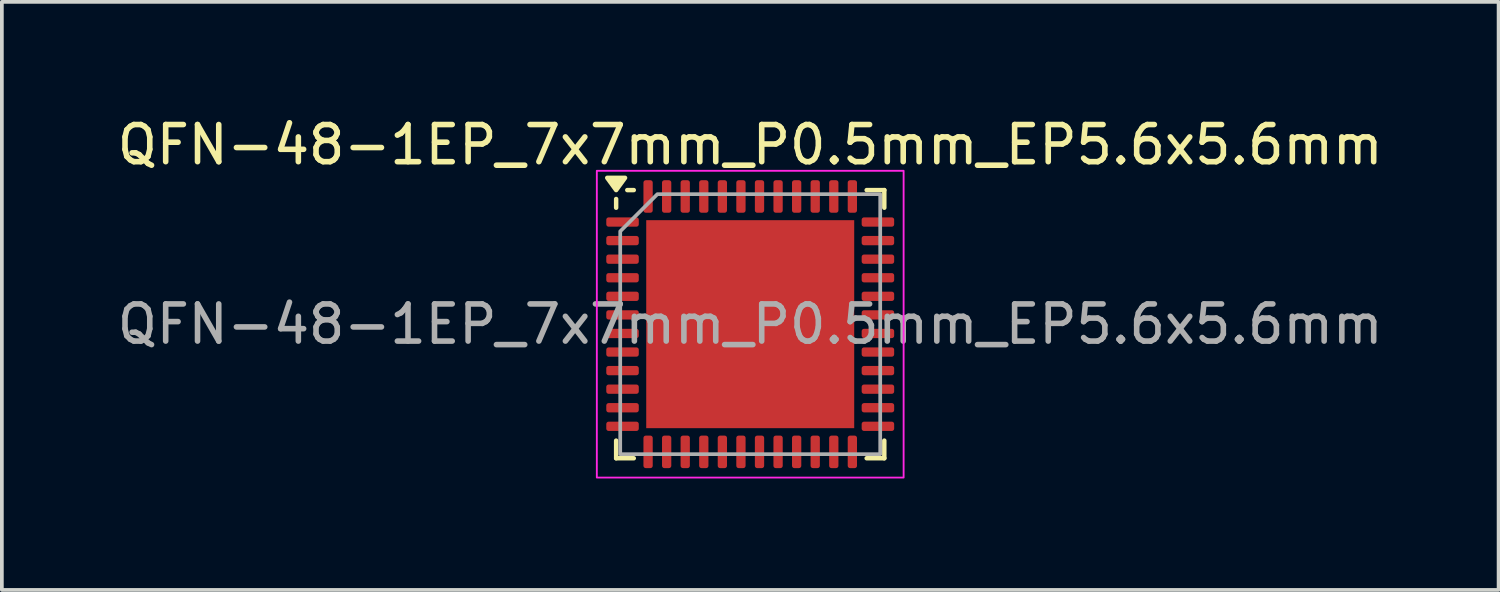
<source format=kicad_pcb>
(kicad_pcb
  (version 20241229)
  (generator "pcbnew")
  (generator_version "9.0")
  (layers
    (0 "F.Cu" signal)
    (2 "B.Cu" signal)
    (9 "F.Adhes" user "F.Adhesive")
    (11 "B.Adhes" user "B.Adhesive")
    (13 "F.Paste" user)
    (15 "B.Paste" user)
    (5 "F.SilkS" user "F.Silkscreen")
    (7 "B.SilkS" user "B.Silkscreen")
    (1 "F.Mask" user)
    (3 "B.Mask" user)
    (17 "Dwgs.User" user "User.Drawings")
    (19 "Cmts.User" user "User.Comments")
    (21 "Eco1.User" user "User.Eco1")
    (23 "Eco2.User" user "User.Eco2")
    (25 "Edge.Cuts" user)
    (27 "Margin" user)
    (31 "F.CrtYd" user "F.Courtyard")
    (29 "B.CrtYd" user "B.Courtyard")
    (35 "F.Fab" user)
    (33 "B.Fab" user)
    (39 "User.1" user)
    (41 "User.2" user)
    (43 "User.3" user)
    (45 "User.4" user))
  (footprint "QFN-48-1EP_7x7mm_P0.5mm_EP5.6x5.6mm"
    (layer "F.Cu")
    (at 17.149 5.678)
    (property "Reference" "QFN-48-1EP_7x7mm_P0.5mm_EP5.6x5.6mm" (at 0 -4.83 0) (layer "F.SilkS") (effects (font (size 1 1) (thickness 0.15))))
    (attr smd)
    (fp_line (start -3.61 -3.135) (end -3.61 -3.37) (stroke (width 0.12) (type solid)) (layer "F.SilkS"))
    (fp_line (start -3.61 3.61) (end -3.61 3.135) (stroke (width 0.12) (type solid)) (layer "F.SilkS"))
    (fp_line (start -3.135 -3.61) (end -3.31 -3.61) (stroke (width 0.12) (type solid)) (layer "F.SilkS"))
    (fp_line (start -3.135 3.61) (end -3.61 3.61) (stroke (width 0.12) (type solid)) (layer "F.SilkS"))
    (fp_line (start 3.135 -3.61) (end 3.61 -3.61) (stroke (width 0.12) (type solid)) (layer "F.SilkS"))
    (fp_line (start 3.135 3.61) (end 3.61 3.61) (stroke (width 0.12) (type solid)) (layer "F.SilkS"))
    (fp_line (start 3.61 -3.61) (end 3.61 -3.135) (stroke (width 0.12) (type solid)) (layer "F.SilkS"))
    (fp_line (start 3.61 3.61) (end 3.61 3.135) (stroke (width 0.12) (type solid)) (layer "F.SilkS"))
    (fp_poly (pts (xy -3.61 -3.61) (xy -3.85 -3.94) (xy -3.37 -3.94)) (stroke (width 0.12) (type solid)) (fill yes) (layer "F.SilkS"))
    (fp_rect (start -4.13 -4.13) (end 4.13 4.13) (stroke (width 0.05) (type solid)) (fill no) (layer "F.CrtYd"))
    (fp_poly (pts (xy -3.5 -2.5) (xy -3.5 3.5) (xy 3.5 3.5) (xy 3.5 -3.5) (xy -2.5 -3.5)) (stroke (width 0.1) (type solid)) (fill no) (layer "F.Fab"))
    (fp_text user "${REFERENCE}" (at 0 0 0) (layer "F.Fab") (effects (font (size 1 1) (thickness 0.15))))
    (pad "" smd roundrect (at -2.1 -2.1) (size 1.13 1.13) (layers "F.Paste") (roundrect_rratio 0.221))
    (pad "" smd roundrect (at -2.1 -0.7) (size 1.13 1.13) (layers "F.Paste") (roundrect_rratio 0.221))
    (pad "" smd roundrect (at -2.1 0.7) (size 1.13 1.13) (layers "F.Paste") (roundrect_rratio 0.221))
    (pad "" smd roundrect (at -2.1 2.1) (size 1.13 1.13) (layers "F.Paste") (roundrect_rratio 0.221))
    (pad "" smd roundrect (at -0.7 -2.1) (size 1.13 1.13) (layers "F.Paste") (roundrect_rratio 0.221))
    (pad "" smd roundrect (at -0.7 -0.7) (size 1.13 1.13) (layers "F.Paste") (roundrect_rratio 0.221))
    (pad "" smd roundrect (at -0.7 0.7) (size 1.13 1.13) (layers "F.Paste") (roundrect_rratio 0.221))
    (pad "" smd roundrect (at -0.7 2.1) (size 1.13 1.13) (layers "F.Paste") (roundrect_rratio 0.221))
    (pad "" smd roundrect (at 0.7 -2.1) (size 1.13 1.13) (layers "F.Paste") (roundrect_rratio 0.221))
    (pad "" smd roundrect (at 0.7 -0.7) (size 1.13 1.13) (layers "F.Paste") (roundrect_rratio 0.221))
    (pad "" smd roundrect (at 0.7 0.7) (size 1.13 1.13) (layers "F.Paste") (roundrect_rratio 0.221))
    (pad "" smd roundrect (at 0.7 2.1) (size 1.13 1.13) (layers "F.Paste") (roundrect_rratio 0.221))
    (pad "" smd roundrect (at 2.1 -2.1) (size 1.13 1.13) (layers "F.Paste") (roundrect_rratio 0.221))
    (pad "" smd roundrect (at 2.1 -0.7) (size 1.13 1.13) (layers "F.Paste") (roundrect_rratio 0.221))
    (pad "" smd roundrect (at 2.1 0.7) (size 1.13 1.13) (layers "F.Paste") (roundrect_rratio 0.221))
    (pad "" smd roundrect (at 2.1 2.1) (size 1.13 1.13) (layers "F.Paste") (roundrect_rratio 0.221))
    (pad "1" smd roundrect (at -3.438 -2.75) (size 0.875 0.25) (layers "F.Cu" "F.Mask" "F.Paste") (roundrect_rratio 0.25))
    (pad "2" smd roundrect (at -3.438 -2.25) (size 0.875 0.25) (layers "F.Cu" "F.Mask" "F.Paste") (roundrect_rratio 0.25))
    (pad "3" smd roundrect (at -3.438 -1.75) (size 0.875 0.25) (layers "F.Cu" "F.Mask" "F.Paste") (roundrect_rratio 0.25))
    (pad "4" smd roundrect (at -3.438 -1.25) (size 0.875 0.25) (layers "F.Cu" "F.Mask" "F.Paste") (roundrect_rratio 0.25))
    (pad "5" smd roundrect (at -3.438 -0.75) (size 0.875 0.25) (layers "F.Cu" "F.Mask" "F.Paste") (roundrect_rratio 0.25))
    (pad "6" smd roundrect (at -3.438 -0.25) (size 0.875 0.25) (layers "F.Cu" "F.Mask" "F.Paste") (roundrect_rratio 0.25))
    (pad "7" smd roundrect (at -3.438 0.25) (size 0.875 0.25) (layers "F.Cu" "F.Mask" "F.Paste") (roundrect_rratio 0.25))
    (pad "8" smd roundrect (at -3.438 0.75) (size 0.875 0.25) (layers "F.Cu" "F.Mask" "F.Paste") (roundrect_rratio 0.25))
    (pad "9" smd roundrect (at -3.438 1.25) (size 0.875 0.25) (layers "F.Cu" "F.Mask" "F.Paste") (roundrect_rratio 0.25))
    (pad "10" smd roundrect (at -3.438 1.75) (size 0.875 0.25) (layers "F.Cu" "F.Mask" "F.Paste") (roundrect_rratio 0.25))
    (pad "11" smd roundrect (at -3.438 2.25) (size 0.875 0.25) (layers "F.Cu" "F.Mask" "F.Paste") (roundrect_rratio 0.25))
    (pad "12" smd roundrect (at -3.438 2.75) (size 0.875 0.25) (layers "F.Cu" "F.Mask" "F.Paste") (roundrect_rratio 0.25))
    (pad "13" smd roundrect (at -2.75 3.438) (size 0.25 0.875) (layers "F.Cu" "F.Mask" "F.Paste") (roundrect_rratio 0.25))
    (pad "14" smd roundrect (at -2.25 3.438) (size 0.25 0.875) (layers "F.Cu" "F.Mask" "F.Paste") (roundrect_rratio 0.25))
    (pad "15" smd roundrect (at -1.75 3.438) (size 0.25 0.875) (layers "F.Cu" "F.Mask" "F.Paste") (roundrect_rratio 0.25))
    (pad "16" smd roundrect (at -1.25 3.438) (size 0.25 0.875) (layers "F.Cu" "F.Mask" "F.Paste") (roundrect_rratio 0.25))
    (pad "17" smd roundrect (at -0.75 3.438) (size 0.25 0.875) (layers "F.Cu" "F.Mask" "F.Paste") (roundrect_rratio 0.25))
    (pad "18" smd roundrect (at -0.25 3.438) (size 0.25 0.875) (layers "F.Cu" "F.Mask" "F.Paste") (roundrect_rratio 0.25))
    (pad "19" smd roundrect (at 0.25 3.438) (size 0.25 0.875) (layers "F.Cu" "F.Mask" "F.Paste") (roundrect_rratio 0.25))
    (pad "20" smd roundrect (at 0.75 3.438) (size 0.25 0.875) (layers "F.Cu" "F.Mask" "F.Paste") (roundrect_rratio 0.25))
    (pad "21" smd roundrect (at 1.25 3.438) (size 0.25 0.875) (layers "F.Cu" "F.Mask" "F.Paste") (roundrect_rratio 0.25))
    (pad "22" smd roundrect (at 1.75 3.438) (size 0.25 0.875) (layers "F.Cu" "F.Mask" "F.Paste") (roundrect_rratio 0.25))
    (pad "23" smd roundrect (at 2.25 3.438) (size 0.25 0.875) (layers "F.Cu" "F.Mask" "F.Paste") (roundrect_rratio 0.25))
    (pad "24" smd roundrect (at 2.75 3.438) (size 0.25 0.875) (layers "F.Cu" "F.Mask" "F.Paste") (roundrect_rratio 0.25))
    (pad "25" smd roundrect (at 3.438 2.75) (size 0.875 0.25) (layers "F.Cu" "F.Mask" "F.Paste") (roundrect_rratio 0.25))
    (pad "26" smd roundrect (at 3.438 2.25) (size 0.875 0.25) (layers "F.Cu" "F.Mask" "F.Paste") (roundrect_rratio 0.25))
    (pad "27" smd roundrect (at 3.438 1.75) (size 0.875 0.25) (layers "F.Cu" "F.Mask" "F.Paste") (roundrect_rratio 0.25))
    (pad "28" smd roundrect (at 3.438 1.25) (size 0.875 0.25) (layers "F.Cu" "F.Mask" "F.Paste") (roundrect_rratio 0.25))
    (pad "29" smd roundrect (at 3.438 0.75) (size 0.875 0.25) (layers "F.Cu" "F.Mask" "F.Paste") (roundrect_rratio 0.25))
    (pad "30" smd roundrect (at 3.438 0.25) (size 0.875 0.25) (layers "F.Cu" "F.Mask" "F.Paste") (roundrect_rratio 0.25))
    (pad "31" smd roundrect (at 3.438 -0.25) (size 0.875 0.25) (layers "F.Cu" "F.Mask" "F.Paste") (roundrect_rratio 0.25))
    (pad "32" smd roundrect (at 3.438 -0.75) (size 0.875 0.25) (layers "F.Cu" "F.Mask" "F.Paste") (roundrect_rratio 0.25))
    (pad "33" smd roundrect (at 3.438 -1.25) (size 0.875 0.25) (layers "F.Cu" "F.Mask" "F.Paste") (roundrect_rratio 0.25))
    (pad "34" smd roundrect (at 3.438 -1.75) (size 0.875 0.25) (layers "F.Cu" "F.Mask" "F.Paste") (roundrect_rratio 0.25))
    (pad "35" smd roundrect (at 3.438 -2.25) (size 0.875 0.25) (layers "F.Cu" "F.Mask" "F.Paste") (roundrect_rratio 0.25))
    (pad "36" smd roundrect (at 3.438 -2.75) (size 0.875 0.25) (layers "F.Cu" "F.Mask" "F.Paste") (roundrect_rratio 0.25))
    (pad "37" smd roundrect (at 2.75 -3.438) (size 0.25 0.875) (layers "F.Cu" "F.Mask" "F.Paste") (roundrect_rratio 0.25))
    (pad "38" smd roundrect (at 2.25 -3.438) (size 0.25 0.875) (layers "F.Cu" "F.Mask" "F.Paste") (roundrect_rratio 0.25))
    (pad "39" smd roundrect (at 1.75 -3.438) (size 0.25 0.875) (layers "F.Cu" "F.Mask" "F.Paste") (roundrect_rratio 0.25))
    (pad "40" smd roundrect (at 1.25 -3.438) (size 0.25 0.875) (layers "F.Cu" "F.Mask" "F.Paste") (roundrect_rratio 0.25))
    (pad "41" smd roundrect (at 0.75 -3.438) (size 0.25 0.875) (layers "F.Cu" "F.Mask" "F.Paste") (roundrect_rratio 0.25))
    (pad "42" smd roundrect (at 0.25 -3.438) (size 0.25 0.875) (layers "F.Cu" "F.Mask" "F.Paste") (roundrect_rratio 0.25))
    (pad "43" smd roundrect (at -0.25 -3.438) (size 0.25 0.875) (layers "F.Cu" "F.Mask" "F.Paste") (roundrect_rratio 0.25))
    (pad "44" smd roundrect (at -0.75 -3.438) (size 0.25 0.875) (layers "F.Cu" "F.Mask" "F.Paste") (roundrect_rratio 0.25))
    (pad "45" smd roundrect (at -1.25 -3.438) (size 0.25 0.875) (layers "F.Cu" "F.Mask" "F.Paste") (roundrect_rratio 0.25))
    (pad "46" smd roundrect (at -1.75 -3.438) (size 0.25 0.875) (layers "F.Cu" "F.Mask" "F.Paste") (roundrect_rratio 0.25))
    (pad "47" smd roundrect (at -2.25 -3.438) (size 0.25 0.875) (layers "F.Cu" "F.Mask" "F.Paste") (roundrect_rratio 0.25))
    (pad "48" smd roundrect (at -2.75 -3.438) (size 0.25 0.875) (layers "F.Cu" "F.Mask" "F.Paste") (roundrect_rratio 0.25))
    (pad "49" smd rect (at 0 0) (size 5.6 5.6) (property pad_prop_heatsink) (layers "F.Cu" "F.Mask")))
  (gr_rect
    (start -3 -3)
    (end 37.298 12.833)
    (stroke (width 0.1) (type default))
    (fill no)
    (layer "Edge.Cuts")))
</source>
